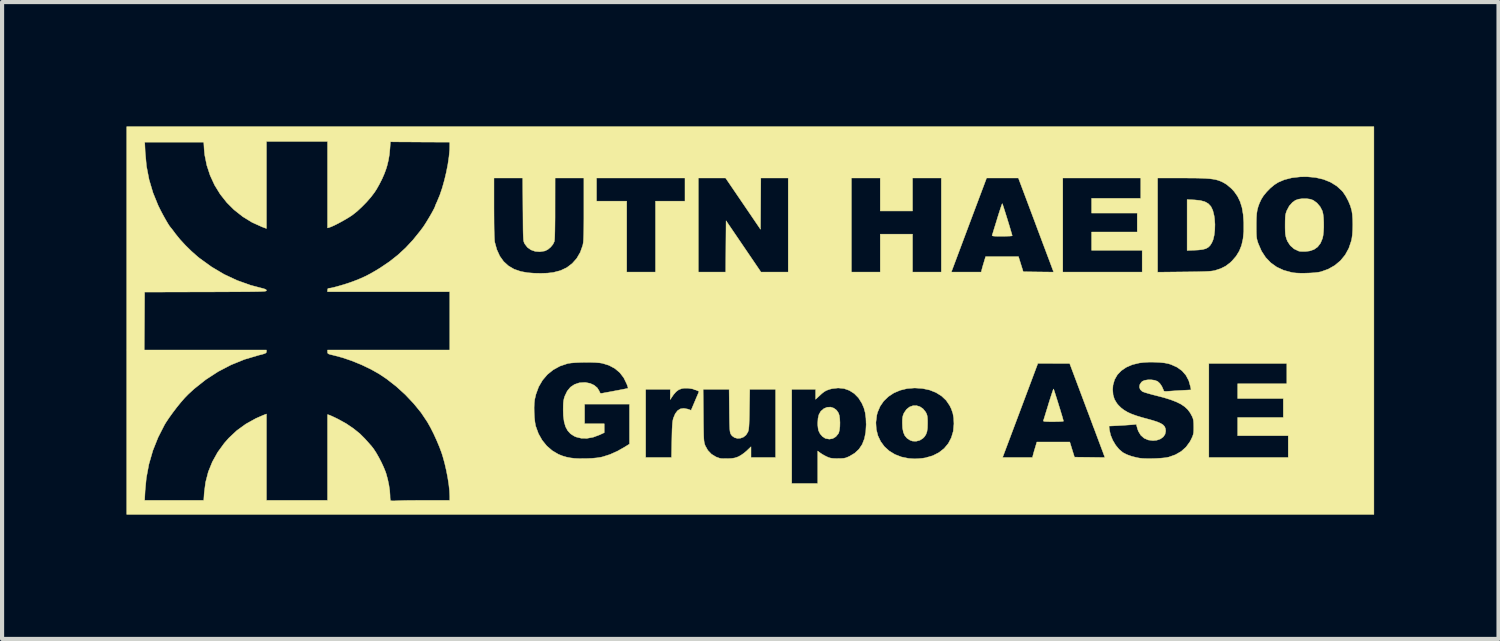
<source format=kicad_pcb>
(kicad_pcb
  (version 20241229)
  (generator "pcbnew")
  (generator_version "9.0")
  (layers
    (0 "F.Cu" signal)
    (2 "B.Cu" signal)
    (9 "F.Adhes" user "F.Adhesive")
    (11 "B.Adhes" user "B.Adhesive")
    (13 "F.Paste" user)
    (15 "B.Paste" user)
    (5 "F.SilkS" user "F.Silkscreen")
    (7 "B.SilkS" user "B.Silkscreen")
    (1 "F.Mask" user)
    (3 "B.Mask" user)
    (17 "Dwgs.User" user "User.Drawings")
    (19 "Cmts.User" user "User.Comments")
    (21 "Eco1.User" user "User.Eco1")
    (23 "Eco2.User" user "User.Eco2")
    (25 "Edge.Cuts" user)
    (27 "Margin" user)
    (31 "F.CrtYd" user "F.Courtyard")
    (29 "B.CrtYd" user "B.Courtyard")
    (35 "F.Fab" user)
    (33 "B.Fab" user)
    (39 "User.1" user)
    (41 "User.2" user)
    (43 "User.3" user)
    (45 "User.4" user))
  (footprint "UTNHAEDO"
    (layer "F.Cu")
    (at 15.042 4.679)
    (property "Reference" "UTNHAEDO" (at 0 0 0) (layer "F.SilkS") (effects (font (size 1.524 1.524) (thickness 0.3))))
    (attr through_hole)
    (fp_poly (pts (xy 10.71 -2.909) (xy 10.849 -2.895) (xy 10.959 -2.866) (xy 11.044 -2.818) (xy 11.108 -2.749) (xy 11.153 -2.654) (xy 11.183 -2.532) (xy 11.194 -2.458) (xy 11.204 -2.318) (xy 11.2 -2.181) (xy 11.185 -2.054) (xy 11.159 -1.946) (xy 11.127 -1.872) (xy 11.087 -1.81) (xy 11.041 -1.765) (xy 10.983 -1.733) (xy 10.907 -1.713) (xy 10.808 -1.701) (xy 10.733 -1.697) (xy 10.533 -1.689) (xy 10.533 -2.917) (xy 10.71 -2.909)) (stroke (width 0.01) (type solid)) (fill yes) (layer "F.SilkS"))
    (fp_poly (pts (xy 2.013 2.112) (xy 2.081 2.163) (xy 2.127 2.231) (xy 2.146 2.289) (xy 2.157 2.369) (xy 2.162 2.46) (xy 2.16 2.553) (xy 2.15 2.638) (xy 2.134 2.704) (xy 2.124 2.726) (xy 2.064 2.799) (xy 1.99 2.845) (xy 1.906 2.86) (xy 1.818 2.844) (xy 1.803 2.838) (xy 1.739 2.795) (xy 1.683 2.73) (xy 1.646 2.655) (xy 1.643 2.645) (xy 1.634 2.594) (xy 1.627 2.525) (xy 1.626 2.472) (xy 1.633 2.359) (xy 1.654 2.27) (xy 1.693 2.199) (xy 1.704 2.184) (xy 1.775 2.123) (xy 1.854 2.091) (xy 1.936 2.087) (xy 2.013 2.112)) (stroke (width 0.01) (type solid)) (fill yes) (layer "F.SilkS"))
    (fp_poly (pts (xy 4.09 2.077) (xy 4.166 2.129) (xy 4.23 2.209) (xy 4.238 2.225) (xy 4.255 2.261) (xy 4.266 2.301) (xy 4.272 2.351) (xy 4.275 2.421) (xy 4.275 2.481) (xy 4.272 2.592) (xy 4.26 2.678) (xy 4.236 2.745) (xy 4.2 2.801) (xy 4.163 2.839) (xy 4.089 2.887) (xy 4.003 2.91) (xy 3.916 2.908) (xy 3.852 2.886) (xy 3.779 2.837) (xy 3.726 2.775) (xy 3.691 2.694) (xy 3.671 2.591) (xy 3.666 2.472) (xy 3.667 2.39) (xy 3.673 2.332) (xy 3.684 2.285) (xy 3.702 2.24) (xy 3.708 2.227) (xy 3.767 2.142) (xy 3.84 2.084) (xy 3.921 2.054) (xy 4.007 2.052) (xy 4.09 2.077)) (stroke (width 0.01) (type solid)) (fill yes) (layer "F.SilkS"))
    (fp_poly (pts (xy 6.084 -2.801) (xy 6.099 -2.757) (xy 6.12 -2.691) (xy 6.146 -2.609) (xy 6.175 -2.517) (xy 6.205 -2.42) (xy 6.235 -2.323) (xy 6.262 -2.233) (xy 6.285 -2.155) (xy 6.303 -2.093) (xy 6.314 -2.055) (xy 6.316 -2.045) (xy 6.3 -2.04) (xy 6.256 -2.036) (xy 6.19 -2.034) (xy 6.109 -2.032) (xy 6.069 -2.032) (xy 5.972 -2.032) (xy 5.904 -2.034) (xy 5.861 -2.037) (xy 5.838 -2.043) (xy 5.83 -2.051) (xy 5.831 -2.057) (xy 5.839 -2.08) (xy 5.855 -2.131) (xy 5.877 -2.204) (xy 5.905 -2.294) (xy 5.937 -2.397) (xy 5.954 -2.455) (xy 5.987 -2.561) (xy 6.017 -2.654) (xy 6.042 -2.73) (xy 6.061 -2.786) (xy 6.073 -2.815) (xy 6.077 -2.819) (xy 6.084 -2.801)) (stroke (width 0.01) (type solid)) (fill yes) (layer "F.SilkS"))
    (fp_poly (pts (xy 7.32 1.669) (xy 7.335 1.714) (xy 7.356 1.78) (xy 7.382 1.862) (xy 7.411 1.954) (xy 7.441 2.051) (xy 7.471 2.147) (xy 7.498 2.237) (xy 7.522 2.316) (xy 7.539 2.377) (xy 7.55 2.416) (xy 7.552 2.426) (xy 7.536 2.43) (xy 7.492 2.434) (xy 7.427 2.437) (xy 7.345 2.438) (xy 7.305 2.438) (xy 7.208 2.438) (xy 7.14 2.436) (xy 7.097 2.433) (xy 7.074 2.428) (xy 7.066 2.42) (xy 7.067 2.413) (xy 7.075 2.39) (xy 7.091 2.34) (xy 7.113 2.267) (xy 7.141 2.176) (xy 7.173 2.073) (xy 7.19 2.015) (xy 7.223 1.91) (xy 7.253 1.817) (xy 7.278 1.74) (xy 7.297 1.685) (xy 7.31 1.655) (xy 7.313 1.651) (xy 7.32 1.669)) (stroke (width 0.01) (type solid)) (fill yes) (layer "F.SilkS"))
    (fp_poly (pts (xy 13.411 -2.939) (xy 13.502 -2.926) (xy 13.573 -2.901) (xy 13.664 -2.835) (xy 13.74 -2.746) (xy 13.793 -2.644) (xy 13.794 -2.64) (xy 13.811 -2.57) (xy 13.822 -2.477) (xy 13.827 -2.369) (xy 13.828 -2.255) (xy 13.822 -2.146) (xy 13.812 -2.05) (xy 13.797 -1.98) (xy 13.748 -1.863) (xy 13.68 -1.775) (xy 13.592 -1.713) (xy 13.483 -1.677) (xy 13.388 -1.666) (xy 13.321 -1.665) (xy 13.262 -1.668) (xy 13.225 -1.674) (xy 13.112 -1.728) (xy 13.021 -1.808) (xy 12.953 -1.911) (xy 12.927 -1.978) (xy 12.913 -2.028) (xy 12.903 -2.084) (xy 12.898 -2.153) (xy 12.896 -2.244) (xy 12.896 -2.311) (xy 12.897 -2.411) (xy 12.9 -2.485) (xy 12.905 -2.541) (xy 12.915 -2.587) (xy 12.929 -2.63) (xy 12.935 -2.647) (xy 12.997 -2.764) (xy 13.077 -2.853) (xy 13.147 -2.901) (xy 13.22 -2.926) (xy 13.313 -2.939) (xy 13.411 -2.939)) (stroke (width 0.01) (type solid)) (fill yes) (layer "F.SilkS"))
    (fp_poly (pts (xy 15.037 4.674) (xy -15.037 4.674) (xy -15.037 0.711) (xy -14.614 0.711) (xy -11.667 0.711) (xy -11.667 0.751) (xy -11.67 0.768) (xy -11.681 0.782) (xy -11.707 0.795) (xy -11.752 0.81) (xy -11.823 0.828) (xy -11.858 0.837) (xy -12.196 0.937) (xy -12.521 1.069) (xy -12.832 1.231) (xy -13.128 1.423) (xy -13.408 1.645) (xy -13.553 1.778) (xy -13.637 1.864) (xy -13.732 1.973) (xy -13.831 2.095) (xy -13.928 2.223) (xy -14.018 2.348) (xy -14.095 2.464) (xy -14.126 2.516) (xy -14.28 2.818) (xy -14.406 3.134) (xy -14.501 3.462) (xy -14.564 3.797) (xy -14.593 4.102) (xy -14.605 4.335) (xy -13.892 4.335) (xy -13.179 4.335) (xy -13.168 4.161) (xy -13.135 3.902) (xy -13.07 3.65) (xy -12.972 3.408) (xy -12.843 3.176) (xy -12.684 2.958) (xy -12.576 2.835) (xy -12.382 2.653) (xy -12.164 2.495) (xy -11.923 2.361) (xy -11.749 2.285) (xy -11.667 2.253) (xy -11.667 4.335) (xy -10.194 4.335) (xy -10.194 2.267) (xy -10.156 2.278) (xy -10.126 2.29) (xy -10.074 2.313) (xy -10.006 2.345) (xy -9.933 2.381) (xy -9.748 2.483) (xy -9.573 2.601) (xy -9.417 2.726) (xy -9.293 2.85) (xy -9.239 2.91) (xy -9.191 2.964) (xy -9.155 3.005) (xy -9.139 3.022) (xy -9.083 3.094) (xy -9.021 3.189) (xy -8.957 3.301) (xy -8.895 3.42) (xy -8.84 3.539) (xy -8.795 3.65) (xy -8.78 3.695) (xy -8.744 3.826) (xy -8.715 3.964) (xy -8.695 4.097) (xy -8.687 4.212) (xy -8.687 4.224) (xy -8.685 4.282) (xy -8.68 4.325) (xy -8.674 4.343) (xy -8.653 4.347) (xy -8.606 4.349) (xy -8.542 4.347) (xy -8.511 4.345) (xy -8.456 4.343) (xy -8.373 4.34) (xy -8.267 4.338) (xy -8.144 4.337) (xy -8.01 4.336) (xy -7.868 4.335) (xy -7.804 4.335) (xy -7.247 4.335) (xy -7.247 4.237) (xy -7.253 4.108) (xy -7.27 3.955) (xy -7.296 3.788) (xy -7.33 3.613) (xy -7.37 3.441) (xy -7.415 3.278) (xy -7.442 3.192) (xy -7.495 3.05) (xy -7.561 2.893) (xy -7.634 2.733) (xy -7.71 2.582) (xy -7.784 2.451) (xy -7.786 2.447) (xy -7.937 2.222) (xy -8.034 2.102) (xy -5.213 2.102) (xy -5.211 2.221) (xy -5.205 2.339) (xy -5.193 2.447) (xy -5.178 2.534) (xy -5.174 2.548) (xy -5.109 2.727) (xy -5.019 2.886) (xy -4.907 3.024) (xy -4.775 3.138) (xy -4.626 3.226) (xy -4.521 3.267) (xy -4.428 3.294) (xy -4.336 3.312) (xy -4.239 3.324) (xy -4.126 3.329) (xy -3.991 3.328) (xy -3.954 3.328) (xy -3.813 3.322) (xy -3.699 3.311) (xy -3.602 3.296) (xy -3.559 3.286) (xy -3.384 3.23) (xy -3.201 3.148) (xy -3.035 3.054) (xy -2.913 2.978) (xy -2.913 2.015) (xy -3.996 2.015) (xy -3.996 2.489) (xy -3.522 2.489) (xy -3.522 2.704) (xy -3.636 2.757) (xy -3.787 2.813) (xy -3.934 2.84) (xy -4.072 2.839) (xy -4.199 2.808) (xy -4.247 2.787) (xy -4.335 2.73) (xy -4.404 2.654) (xy -4.455 2.559) (xy -4.489 2.44) (xy -4.508 2.295) (xy -4.512 2.159) (xy -4.511 2.06) (xy -4.508 1.986) (xy -4.501 1.927) (xy -4.489 1.874) (xy -4.472 1.821) (xy -4.415 1.702) (xy -4.337 1.607) (xy -4.239 1.541) (xy -4.124 1.502) (xy -3.994 1.493) (xy -3.972 1.494) (xy -3.86 1.516) (xy -3.765 1.56) (xy -3.69 1.623) (xy -3.641 1.702) (xy -3.633 1.724) (xy -3.617 1.752) (xy -3.587 1.756) (xy -3.576 1.754) (xy -3.544 1.748) (xy -3.486 1.737) (xy -3.408 1.723) (xy -3.316 1.706) (xy -3.243 1.692) (xy -3.148 1.674) (xy -3.071 1.659) (xy -2.523 1.659) (xy -2.523 3.302) (xy -1.9 3.302) (xy -1.892 2.874) (xy -1.889 2.733) (xy -1.886 2.621) (xy -1.881 2.534) (xy -1.876 2.466) (xy -1.869 2.414) (xy -1.86 2.374) (xy -1.855 2.354) (xy -1.81 2.248) (xy -1.754 2.173) (xy -1.686 2.13) (xy -1.605 2.118) (xy -1.509 2.135) (xy -1.495 2.14) (xy -1.428 2.164) (xy -1.355 1.992) (xy -1.323 1.916) (xy -1.293 1.845) (xy -1.269 1.79) (xy -1.259 1.765) (xy -1.235 1.709) (xy -1.31 1.676) (xy -1.36 1.659) (xy -1.137 1.659) (xy -1.131 2.29) (xy -1.13 2.454) (xy -1.128 2.587) (xy -1.126 2.693) (xy -1.124 2.777) (xy -1.121 2.842) (xy -1.117 2.892) (xy -1.112 2.93) (xy -1.106 2.96) (xy -1.098 2.986) (xy -1.089 3.012) (xy -1.087 3.017) (xy -1.024 3.13) (xy -0.936 3.222) (xy -0.826 3.289) (xy -0.737 3.321) (xy -0.697 3.327) (xy -0.634 3.33) (xy -0.56 3.33) (xy -0.532 3.329) (xy -0.443 3.324) (xy -0.376 3.313) (xy -0.316 3.294) (xy -0.282 3.28) (xy -0.221 3.245) (xy -0.151 3.196) (xy -0.088 3.143) (xy -0.084 3.139) (xy 0.017 3.043) (xy 0.017 3.302) (xy 0.61 3.302) (xy 0.61 1.659) (xy 0.999 1.659) (xy 0.999 3.929) (xy 1.626 3.929) (xy 1.626 3.146) (xy 1.685 3.191) (xy 1.734 3.224) (xy 1.798 3.26) (xy 1.842 3.282) (xy 1.892 3.304) (xy 1.939 3.317) (xy 1.992 3.324) (xy 2.062 3.327) (xy 2.108 3.327) (xy 2.19 3.326) (xy 2.248 3.322) (xy 2.296 3.313) (xy 2.343 3.295) (xy 2.391 3.274) (xy 2.518 3.198) (xy 2.62 3.103) (xy 2.698 2.987) (xy 2.752 2.849) (xy 2.784 2.687) (xy 2.794 2.507) (xy 2.792 2.458) (xy 3.028 2.458) (xy 3.038 2.623) (xy 3.077 2.777) (xy 3.143 2.916) (xy 3.234 3.04) (xy 3.349 3.144) (xy 3.486 3.228) (xy 3.643 3.289) (xy 3.818 3.325) (xy 3.959 3.335) (xy 4.048 3.331) (xy 4.146 3.322) (xy 4.23 3.309) (xy 4.253 3.302) (xy 6.083 3.302) (xy 6.804 3.302) (xy 6.815 3.255) (xy 6.825 3.218) (xy 6.841 3.159) (xy 6.862 3.089) (xy 6.868 3.069) (xy 6.91 2.929) (xy 7.704 2.929) (xy 7.76 3.111) (xy 7.817 3.294) (xy 8.184 3.298) (xy 8.551 3.303) (xy 8.511 3.196) (xy 8.499 3.162) (xy 8.475 3.099) (xy 8.442 3.011) (xy 8.4 2.899) (xy 8.351 2.768) (xy 8.296 2.62) (xy 8.267 2.545) (xy 8.649 2.545) (xy 8.66 2.636) (xy 8.687 2.76) (xy 8.739 2.886) (xy 8.809 3.004) (xy 8.892 3.105) (xy 8.983 3.182) (xy 8.988 3.185) (xy 9.079 3.232) (xy 9.193 3.273) (xy 9.319 3.305) (xy 9.39 3.318) (xy 9.465 3.326) (xy 9.562 3.329) (xy 9.672 3.329) (xy 9.787 3.326) (xy 9.896 3.319) (xy 9.992 3.31) (xy 10.066 3.299) (xy 10.084 3.295) (xy 10.25 3.236) (xy 10.391 3.155) (xy 10.507 3.051) (xy 10.6 2.924) (xy 10.632 2.863) (xy 10.661 2.801) (xy 10.678 2.753) (xy 10.688 2.706) (xy 10.692 2.648) (xy 10.693 2.569) (xy 10.693 2.565) (xy 10.691 2.478) (xy 10.686 2.414) (xy 10.675 2.364) (xy 10.656 2.317) (xy 10.655 2.314) (xy 10.607 2.225) (xy 10.548 2.146) (xy 10.475 2.078) (xy 10.384 2.016) (xy 10.272 1.961) (xy 10.137 1.909) (xy 9.974 1.858) (xy 9.788 1.81) (xy 9.69 1.785) (xy 9.601 1.76) (xy 9.526 1.738) (xy 9.472 1.719) (xy 9.451 1.709) (xy 9.403 1.663) (xy 9.383 1.606) (xy 9.392 1.546) (xy 9.429 1.489) (xy 9.454 1.466) (xy 9.509 1.442) (xy 9.584 1.43) (xy 9.668 1.429) (xy 9.748 1.44) (xy 9.814 1.464) (xy 9.823 1.469) (xy 9.876 1.517) (xy 9.924 1.588) (xy 9.961 1.671) (xy 9.965 1.683) (xy 9.973 1.699) (xy 9.991 1.707) (xy 10.026 1.709) (xy 10.086 1.705) (xy 10.097 1.704) (xy 10.165 1.699) (xy 10.255 1.693) (xy 10.352 1.687) (xy 10.424 1.683) (xy 10.629 1.672) (xy 10.616 1.602) (xy 10.573 1.449) (xy 10.504 1.319) (xy 10.41 1.211) (xy 10.29 1.125) (xy 10.145 1.06) (xy 10.081 1.04) (xy 10.044 1.033) (xy 11.057 1.033) (xy 11.057 3.302) (xy 12.971 3.302) (xy 12.971 2.777) (xy 11.752 2.777) (xy 11.752 2.337) (xy 12.852 2.337) (xy 12.852 1.88) (xy 11.752 1.88) (xy 11.752 1.524) (xy 12.937 1.524) (xy 12.937 1.033) (xy 11.057 1.033) (xy 10.044 1.033) (xy 9.989 1.022) (xy 9.874 1.01) (xy 9.746 1.004) (xy 9.614 1.003) (xy 9.489 1.01) (xy 9.381 1.023) (xy 9.212 1.064) (xy 9.066 1.127) (xy 8.946 1.209) (xy 8.851 1.308) (xy 8.784 1.425) (xy 8.746 1.557) (xy 8.738 1.664) (xy 8.748 1.791) (xy 8.781 1.9) (xy 8.84 1.998) (xy 8.878 2.043) (xy 8.942 2.106) (xy 9.013 2.16) (xy 9.095 2.209) (xy 9.194 2.254) (xy 9.313 2.297) (xy 9.459 2.341) (xy 9.571 2.371) (xy 9.707 2.409) (xy 9.814 2.444) (xy 9.893 2.478) (xy 9.95 2.513) (xy 9.987 2.552) (xy 10.008 2.598) (xy 10.016 2.651) (xy 10.016 2.67) (xy 10 2.744) (xy 9.956 2.807) (xy 9.888 2.856) (xy 9.801 2.886) (xy 9.711 2.895) (xy 9.595 2.88) (xy 9.496 2.837) (xy 9.416 2.766) (xy 9.358 2.67) (xy 9.336 2.609) (xy 9.307 2.502) (xy 9.196 2.513) (xy 9.134 2.517) (xy 9.05 2.523) (xy 8.955 2.529) (xy 8.867 2.534) (xy 8.649 2.545) (xy 8.267 2.545) (xy 8.235 2.459) (xy 8.171 2.287) (xy 8.103 2.108) (xy 8.086 2.062) (xy 7.7 1.033) (xy 7.317 1.033) (xy 6.934 1.034) (xy 6.509 2.168) (xy 6.083 3.302) (xy 4.253 3.302) (xy 4.4 3.259) (xy 4.549 3.183) (xy 4.674 3.085) (xy 4.774 2.965) (xy 4.847 2.826) (xy 4.894 2.669) (xy 4.91 2.495) (xy 4.91 2.483) (xy 4.904 2.35) (xy 4.884 2.237) (xy 4.847 2.13) (xy 4.808 2.05) (xy 4.723 1.925) (xy 4.612 1.82) (xy 4.477 1.736) (xy 4.323 1.675) (xy 4.15 1.638) (xy 3.965 1.626) (xy 3.783 1.64) (xy 3.615 1.681) (xy 3.462 1.746) (xy 3.329 1.834) (xy 3.216 1.943) (xy 3.129 2.07) (xy 3.068 2.214) (xy 3.05 2.283) (xy 3.028 2.458) (xy 2.792 2.458) (xy 2.788 2.354) (xy 2.771 2.224) (xy 2.74 2.109) (xy 2.693 2) (xy 2.692 1.997) (xy 2.609 1.865) (xy 2.507 1.761) (xy 2.39 1.686) (xy 2.26 1.64) (xy 2.119 1.626) (xy 1.97 1.643) (xy 1.907 1.66) (xy 1.84 1.684) (xy 1.784 1.715) (xy 1.725 1.761) (xy 1.685 1.798) (xy 1.575 1.9) (xy 1.575 1.659) (xy 0.999 1.659) (xy 0.61 1.659) (xy -0.013 1.659) (xy -0.021 2.138) (xy -0.023 2.282) (xy -0.026 2.397) (xy -0.029 2.486) (xy -0.033 2.554) (xy -0.038 2.605) (xy -0.044 2.643) (xy -0.052 2.672) (xy -0.058 2.688) (xy -0.103 2.76) (xy -0.164 2.81) (xy -0.236 2.837) (xy -0.31 2.842) (xy -0.38 2.823) (xy -0.44 2.78) (xy -0.47 2.739) (xy -0.478 2.72) (xy -0.485 2.695) (xy -0.491 2.661) (xy -0.495 2.613) (xy -0.498 2.548) (xy -0.501 2.462) (xy -0.503 2.351) (xy -0.505 2.21) (xy -0.505 2.172) (xy -0.511 1.659) (xy -1.137 1.659) (xy -1.36 1.659) (xy -1.399 1.647) (xy -1.498 1.632) (xy -1.593 1.631) (xy -1.653 1.641) (xy -1.726 1.669) (xy -1.789 1.716) (xy -1.85 1.786) (xy -1.872 1.818) (xy -1.93 1.905) (xy -1.93 1.659) (xy -2.523 1.659) (xy -3.071 1.659) (xy -3.066 1.659) (xy -3.002 1.645) (xy -2.961 1.636) (xy -2.948 1.633) (xy -2.95 1.615) (xy -2.962 1.575) (xy -2.978 1.532) (xy -3.051 1.381) (xy -3.147 1.256) (xy -3.266 1.156) (xy -3.408 1.08) (xy -3.566 1.031) (xy -3.637 1.02) (xy -3.734 1.012) (xy -3.847 1.008) (xy -3.97 1.007) (xy -4.094 1.01) (xy -4.211 1.015) (xy -4.313 1.023) (xy -4.392 1.034) (xy -4.411 1.039) (xy -4.592 1.1) (xy -4.753 1.189) (xy -4.893 1.302) (xy -5.01 1.439) (xy -5.103 1.598) (xy -5.169 1.778) (xy -5.199 1.906) (xy -5.209 1.994) (xy -5.213 2.102) (xy -8.034 2.102) (xy -8.117 2.001) (xy -8.319 1.787) (xy -8.538 1.588) (xy -8.77 1.407) (xy -8.951 1.286) (xy -9.15 1.174) (xy -9.371 1.068) (xy -9.603 0.973) (xy -9.835 0.894) (xy -10.054 0.836) (xy -10.122 0.82) (xy -10.164 0.807) (xy -10.185 0.794) (xy -10.193 0.777) (xy -10.194 0.758) (xy -10.194 0.711) (xy -7.247 0.711) (xy -7.247 -0.694) (xy -10.194 -0.694) (xy -10.194 -0.737) (xy -10.187 -0.769) (xy -10.159 -0.779) (xy -10.156 -0.779) (xy -10.113 -0.784) (xy -10.045 -0.799) (xy -9.959 -0.822) (xy -9.861 -0.85) (xy -9.759 -0.881) (xy -9.658 -0.914) (xy -9.566 -0.947) (xy -9.546 -0.955) (xy -9.401 -1.013) (xy -9.273 -1.071) (xy -9.151 -1.135) (xy -9.021 -1.21) (xy -8.922 -1.271) (xy -8.7 -1.421) (xy -8.499 -1.58) (xy -8.312 -1.752) (xy -8.134 -1.943) (xy -7.959 -2.16) (xy -7.887 -2.256) (xy -7.855 -2.304) (xy -7.815 -2.367) (xy -7.77 -2.441) (xy -7.724 -2.518) (xy -7.681 -2.593) (xy -7.645 -2.659) (xy -7.618 -2.711) (xy -7.604 -2.742) (xy -7.603 -2.747) (xy -7.596 -2.767) (xy -7.579 -2.81) (xy -7.553 -2.866) (xy -7.546 -2.883) (xy -7.486 -3.027) (xy -7.429 -3.195) (xy -7.377 -3.38) (xy -7.363 -3.437) (xy -6.181 -3.437) (xy -6.181 -2.71) (xy -6.18 -2.519) (xy -6.179 -2.349) (xy -6.177 -2.202) (xy -6.174 -2.08) (xy -6.17 -1.985) (xy -6.166 -1.92) (xy -6.163 -1.893) (xy -6.112 -1.71) (xy -6.041 -1.554) (xy -5.948 -1.424) (xy -5.833 -1.319) (xy -5.695 -1.238) (xy -5.534 -1.183) (xy -5.368 -1.153) (xy -5.211 -1.141) (xy -5.049 -1.138) (xy -4.895 -1.143) (xy -4.76 -1.158) (xy -4.748 -1.16) (xy -4.726 -1.166) (xy 9.821 -1.166) (xy 10.461 -1.173) (xy 10.633 -1.175) (xy 10.776 -1.177) (xy 10.891 -1.18) (xy 10.984 -1.183) (xy 11.057 -1.187) (xy 11.114 -1.192) (xy 11.159 -1.198) (xy 11.196 -1.205) (xy 11.207 -1.208) (xy 11.346 -1.254) (xy 11.463 -1.313) (xy 11.569 -1.393) (xy 11.618 -1.44) (xy 11.715 -1.552) (xy 11.791 -1.676) (xy 11.846 -1.814) (xy 11.881 -1.97) (xy 11.899 -2.149) (xy 11.899 -2.286) (xy 12.201 -2.286) (xy 12.201 -2.177) (xy 12.203 -2.095) (xy 12.206 -2.033) (xy 12.212 -1.983) (xy 12.222 -1.939) (xy 12.235 -1.894) (xy 12.249 -1.854) (xy 12.327 -1.674) (xy 12.428 -1.52) (xy 12.551 -1.392) (xy 12.695 -1.289) (xy 12.862 -1.212) (xy 13.05 -1.161) (xy 13.099 -1.152) (xy 13.176 -1.145) (xy 13.274 -1.141) (xy 13.384 -1.142) (xy 13.497 -1.146) (xy 13.604 -1.153) (xy 13.695 -1.164) (xy 13.758 -1.176) (xy 13.937 -1.24) (xy 14.095 -1.33) (xy 14.232 -1.445) (xy 14.345 -1.583) (xy 14.432 -1.742) (xy 14.492 -1.92) (xy 14.503 -1.968) (xy 14.517 -2.066) (xy 14.525 -2.185) (xy 14.528 -2.313) (xy 14.525 -2.442) (xy 14.517 -2.558) (xy 14.503 -2.65) (xy 14.471 -2.762) (xy 14.421 -2.882) (xy 14.36 -2.997) (xy 14.294 -3.096) (xy 14.266 -3.129) (xy 14.14 -3.244) (xy 13.991 -3.336) (xy 13.82 -3.405) (xy 13.63 -3.449) (xy 13.423 -3.468) (xy 13.269 -3.466) (xy 13.062 -3.443) (xy 12.878 -3.396) (xy 12.726 -3.331) (xy 12.636 -3.273) (xy 12.541 -3.194) (xy 12.451 -3.102) (xy 12.373 -3.007) (xy 12.317 -2.917) (xy 12.315 -2.911) (xy 12.275 -2.825) (xy 12.246 -2.745) (xy 12.225 -2.666) (xy 12.211 -2.578) (xy 12.204 -2.476) (xy 12.201 -2.35) (xy 12.201 -2.286) (xy 11.899 -2.286) (xy 11.899 -2.353) (xy 11.899 -2.362) (xy 11.885 -2.555) (xy 11.857 -2.722) (xy 11.812 -2.866) (xy 11.751 -2.993) (xy 11.67 -3.109) (xy 11.605 -3.18) (xy 11.487 -3.28) (xy 11.39 -3.337) (xy 11.334 -3.362) (xy 11.279 -3.382) (xy 11.221 -3.398) (xy 11.154 -3.41) (xy 11.076 -3.42) (xy 10.983 -3.427) (xy 10.87 -3.432) (xy 10.734 -3.435) (xy 10.572 -3.436) (xy 10.418 -3.437) (xy 9.821 -3.437) (xy 9.821 -1.166) (xy -4.726 -1.166) (xy -4.576 -1.205) (xy -4.424 -1.277) (xy -4.294 -1.376) (xy -4.185 -1.499) (xy -4.1 -1.645) (xy -4.04 -1.814) (xy -4.039 -1.82) (xy -4.033 -1.85) (xy -4.027 -1.888) (xy -4.023 -1.938) (xy -4.02 -2.003) (xy -4.017 -2.085) (xy -4.015 -2.188) (xy -4.014 -2.314) (xy -4.013 -2.468) (xy -4.013 -2.653) (xy -4.013 -2.679) (xy -4.013 -3.437) (xy -3.708 -3.437) (xy -3.708 -2.879) (xy -2.98 -2.879) (xy -2.98 -1.168) (xy -2.286 -1.168) (xy -2.286 -2.879) (xy -1.575 -2.879) (xy -1.575 -3.437) (xy -1.253 -3.437) (xy -1.253 -1.168) (xy -0.593 -1.168) (xy -0.589 -1.787) (xy -0.584 -2.406) (xy -0.163 -1.787) (xy 0.258 -1.168) (xy 0.914 -1.168) (xy 0.914 -3.437) (xy 2.438 -3.437) (xy 2.438 -1.168) (xy 3.133 -1.168) (xy 3.133 -2.083) (xy 3.912 -2.083) (xy 3.912 -1.168) (xy 4.606 -1.168) (xy 4.847 -1.168) (xy 5.567 -1.168) (xy 5.579 -1.215) (xy 5.589 -1.253) (xy 5.605 -1.312) (xy 5.626 -1.381) (xy 5.632 -1.401) (xy 5.674 -1.541) (xy 6.467 -1.541) (xy 6.524 -1.359) (xy 6.581 -1.177) (xy 6.948 -1.172) (xy 7.315 -1.168) (xy 7.275 -1.274) (xy 7.263 -1.308) (xy 7.239 -1.371) (xy 7.206 -1.46) (xy 7.164 -1.571) (xy 7.115 -1.702) (xy 7.059 -1.85) (xy 6.999 -2.011) (xy 6.934 -2.183) (xy 6.867 -2.363) (xy 6.85 -2.409) (xy 6.464 -3.437) (xy 7.535 -3.437) (xy 7.535 -1.168) (xy 9.449 -1.168) (xy 9.449 -1.693) (xy 8.23 -1.693) (xy 8.23 -2.134) (xy 9.33 -2.134) (xy 9.33 -2.591) (xy 8.23 -2.591) (xy 8.23 -2.946) (xy 9.415 -2.946) (xy 9.415 -3.437) (xy 7.535 -3.437) (xy 6.464 -3.437) (xy 5.698 -3.437) (xy 5.272 -2.303) (xy 4.847 -1.168) (xy 4.606 -1.168) (xy 4.606 -3.437) (xy 3.912 -3.437) (xy 3.912 -2.642) (xy 3.133 -2.642) (xy 3.133 -3.437) (xy 2.438 -3.437) (xy 0.914 -3.437) (xy 0.254 -3.437) (xy 0.246 -2.2) (xy -0.175 -2.819) (xy -0.596 -3.437) (xy -1.253 -3.437) (xy -1.575 -3.437) (xy -3.708 -3.437) (xy -4.013 -3.437) (xy -4.707 -3.437) (xy -4.708 -2.705) (xy -4.708 -2.492) (xy -4.71 -2.311) (xy -4.712 -2.162) (xy -4.715 -2.046) (xy -4.719 -1.963) (xy -4.725 -1.914) (xy -4.726 -1.905) (xy -4.759 -1.837) (xy -4.814 -1.77) (xy -4.881 -1.714) (xy -4.95 -1.679) (xy -4.953 -1.678) (xy -5.074 -1.659) (xy -5.187 -1.668) (xy -5.289 -1.704) (xy -5.374 -1.764) (xy -5.438 -1.848) (xy -5.44 -1.851) (xy -5.449 -1.869) (xy -5.456 -1.887) (xy -5.463 -1.908) (xy -5.468 -1.937) (xy -5.471 -1.976) (xy -5.474 -2.028) (xy -5.477 -2.096) (xy -5.479 -2.184) (xy -5.48 -2.296) (xy -5.481 -2.433) (xy -5.482 -2.599) (xy -5.483 -2.68) (xy -5.488 -3.437) (xy -6.181 -3.437) (xy -7.363 -3.437) (xy -7.331 -3.572) (xy -7.293 -3.764) (xy -7.266 -3.947) (xy -7.25 -4.112) (xy -7.248 -4.195) (xy -7.247 -4.301) (xy -7.908 -4.304) (xy -8.056 -4.305) (xy -8.196 -4.306) (xy -8.323 -4.307) (xy -8.433 -4.307) (xy -8.522 -4.308) (xy -8.585 -4.308) (xy -8.62 -4.309) (xy -8.623 -4.309) (xy -8.678 -4.31) (xy -8.689 -4.149) (xy -8.703 -4.001) (xy -8.726 -3.866) (xy -8.76 -3.727) (xy -8.783 -3.652) (xy -8.824 -3.541) (xy -8.879 -3.415) (xy -8.944 -3.287) (xy -9.011 -3.168) (xy -9.063 -3.088) (xy -9.149 -2.975) (xy -9.253 -2.856) (xy -9.367 -2.74) (xy -9.481 -2.634) (xy -9.588 -2.549) (xy -9.588 -2.549) (xy -9.659 -2.501) (xy -9.746 -2.448) (xy -9.841 -2.394) (xy -9.937 -2.342) (xy -10.026 -2.297) (xy -10.102 -2.263) (xy -10.156 -2.243) (xy -10.194 -2.233) (xy -10.194 -4.318) (xy -11.667 -4.318) (xy -11.667 -2.219) (xy -11.773 -2.258) (xy -12.014 -2.367) (xy -12.24 -2.506) (xy -12.451 -2.673) (xy -12.623 -2.845) (xy -12.782 -3.046) (xy -12.917 -3.265) (xy -13.025 -3.499) (xy -13.105 -3.742) (xy -13.155 -3.989) (xy -13.169 -4.126) (xy -13.179 -4.301) (xy -14.602 -4.301) (xy -14.591 -4.06) (xy -14.56 -3.722) (xy -14.497 -3.397) (xy -14.403 -3.081) (xy -14.277 -2.771) (xy -14.263 -2.743) (xy -14.225 -2.666) (xy -14.18 -2.58) (xy -14.132 -2.492) (xy -14.085 -2.409) (xy -14.042 -2.336) (xy -14.007 -2.281) (xy -13.983 -2.25) (xy -13.983 -2.249) (xy -13.964 -2.227) (xy -13.93 -2.184) (xy -13.888 -2.128) (xy -13.861 -2.091) (xy -13.75 -1.954) (xy -13.618 -1.811) (xy -13.475 -1.671) (xy -13.33 -1.543) (xy -13.281 -1.503) (xy -12.988 -1.292) (xy -12.686 -1.113) (xy -12.373 -0.967) (xy -12.051 -0.852) (xy -11.832 -0.794) (xy -11.754 -0.774) (xy -11.705 -0.759) (xy -11.677 -0.745) (xy -11.667 -0.729) (xy -11.667 -0.725) (xy -11.668 -0.72) (xy -11.673 -0.715) (xy -11.684 -0.711) (xy -11.703 -0.707) (xy -11.732 -0.704) (xy -11.774 -0.702) (xy -11.829 -0.699) (xy -11.901 -0.698) (xy -11.992 -0.696) (xy -12.103 -0.695) (xy -12.237 -0.694) (xy -12.395 -0.693) (xy -12.581 -0.692) (xy -12.795 -0.691) (xy -13.04 -0.69) (xy -13.136 -0.69) (xy -14.605 -0.686) (xy -14.609 0.013) (xy -14.614 0.711) (xy -15.037 0.711) (xy -15.037 -4.674) (xy 15.037 -4.674) (xy 15.037 4.674)) (stroke (width 0.01) (type solid)) (fill yes) (layer "F.SilkS")))
  (gr_rect
    (start -3 -3)
    (end 33.084 12.357)
    (stroke (width 0.1) (type default))
    (fill no)
    (layer "Edge.Cuts")))
</source>
